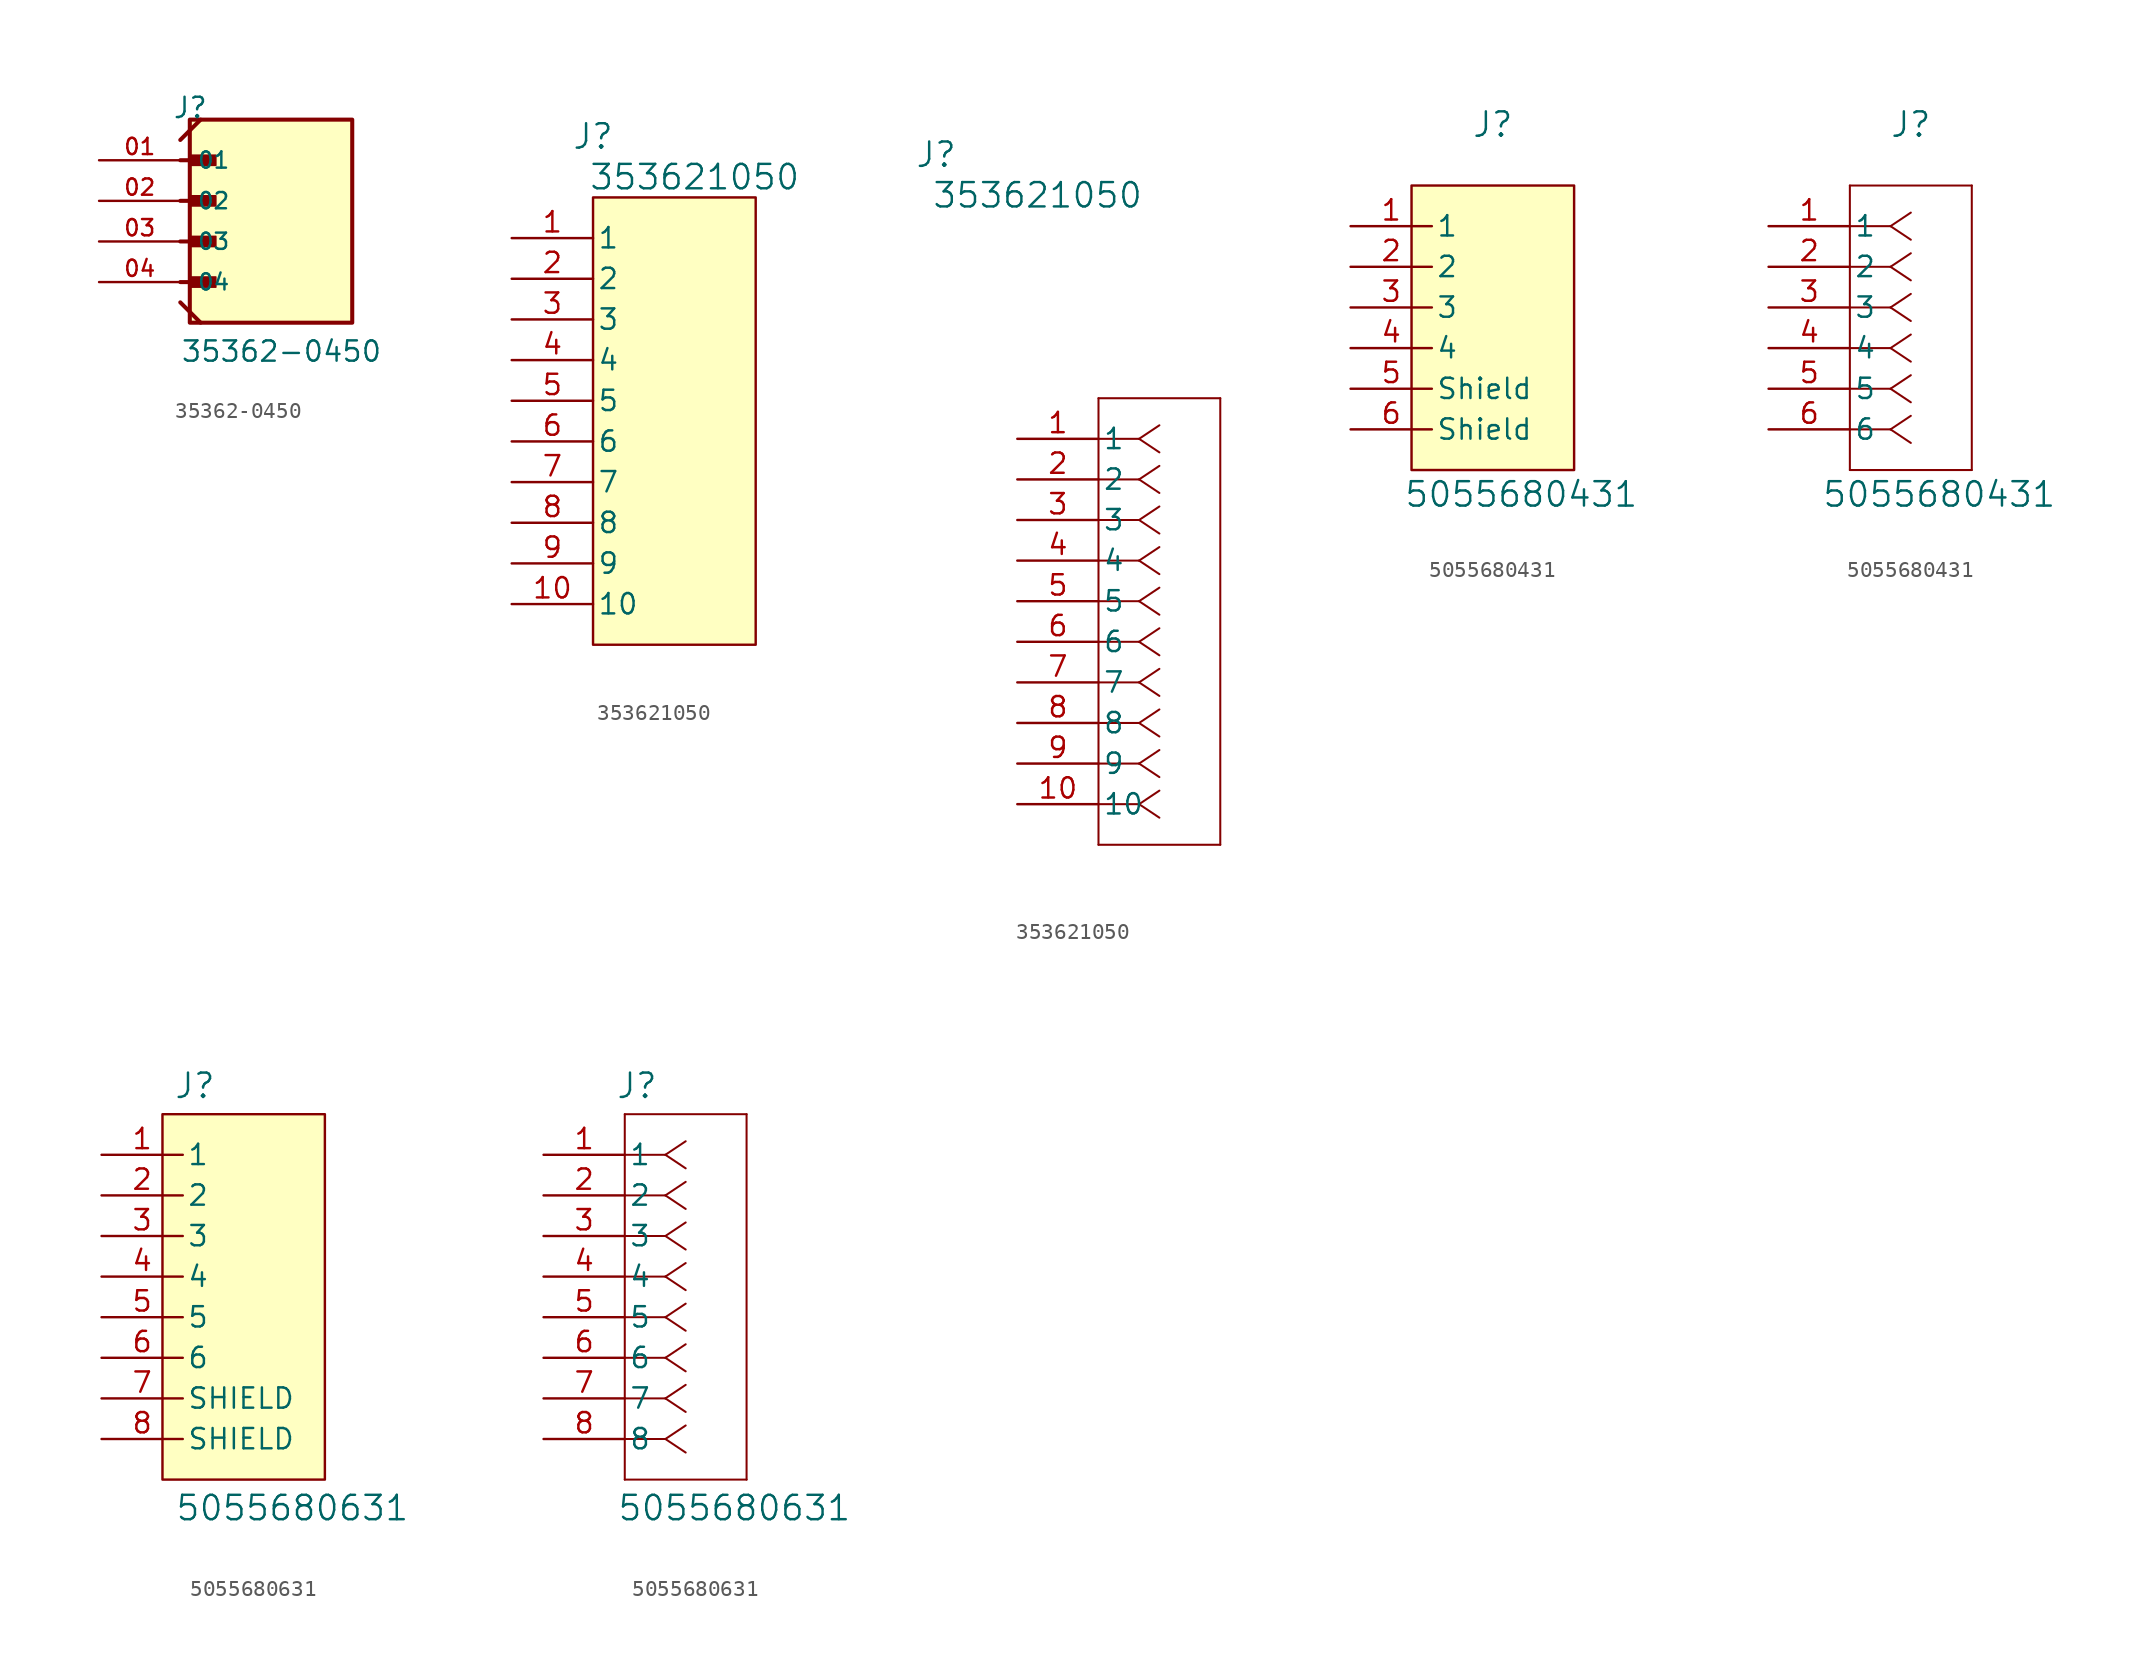
<source format=kicad_sym>
(kicad_symbol_lib
  (version 20231120)
  (generator "kicad_symbol_editor")
  (generator_version "8.0")
  (symbol "35362-0450"
    (pin_names
      (offset 1.016))
    (property "Reference" "J"
      (at -6.85 -2.54 0)
      (effects (font (size 1.27 1.27)) (justify left bottom)))
    (property "Value" "35362-0450"
      (at -6.35 -17.78 0)
      (effects (font (size 1.27 1.27)) (justify left bottom)))
    (symbol "35362-0450_0_0"
      (rectangle (start -5.755 -2.54) (end 4.405 -15.24) (stroke (width 0.254) (type default)) (fill (type background)))
      (rectangle (start -5.715 -13.018) (end -4.128 -12.383) (stroke (width 0.1) (type default)) (fill (type outline)))
      (rectangle (start -5.715 -10.477) (end -4.128 -9.842) (stroke (width 0.1) (type default)) (fill (type outline)))
      (rectangle (start -5.715 -7.303) (end -4.128 -7.938) (stroke (width 0.1) (type default)) (fill (type outline)))
      (rectangle (start -5.715 -5.397) (end -4.128 -4.763) (stroke (width 0.1) (type default)) (fill (type outline)))
      (polyline (pts (xy -6.35 -13.97) (xy -5.08 -15.24)) (stroke (width 0.254) (type default)) (fill (type none)))
      (polyline (pts (xy -6.35 -12.7) (xy -4.445 -12.7)) (stroke (width 0.254) (type default)) (fill (type none)))
      (polyline (pts (xy -6.35 -10.16) (xy -4.445 -10.16)) (stroke (width 0.254) (type default)) (fill (type none)))
      (polyline (pts (xy -6.35 -7.62) (xy -4.445 -7.62)) (stroke (width 0.254) (type default)) (fill (type none)))
      (polyline (pts (xy -6.35 -5.08) (xy -4.445 -5.08)) (stroke (width 0.254) (type default)) (fill (type none)))
      (polyline (pts (xy -6.35 -3.81) (xy -5.08 -2.54)) (stroke (width 0.254) (type default)) (fill (type none)))
      (pin passive line (at -11.43 -5.08 0) (length 5.08) (name "01" (effects (font (size 1.016 1.016)))) (number "01" (effects (font (size 1.016 1.016)))))
      (pin passive line (at -11.43 -7.62 0) (length 5.08) (name "02" (effects (font (size 1.016 1.016)))) (number "02" (effects (font (size 1.016 1.016)))))
      (pin passive line (at -11.43 -10.16 0) (length 5.08) (name "03" (effects (font (size 1.016 1.016)))) (number "03" (effects (font (size 1.016 1.016)))))
      (pin passive line (at -11.43 -12.7 0) (length 5.08) (name "04" (effects (font (size 1.016 1.016)))) (number "04" (effects (font (size 1.016 1.016)))))))
  (symbol "353621050"
    (pin_names
      (offset 0.254))
    (property "Reference" "J"
      (at -5.08 17.78 0)
      (effects (font (size 1.524 1.524))))
    (property "Value" "353621050"
      (at 1.27 15.24 0)
      (effects (font (size 1.524 1.524))))
    (property "ki_locked" ""
      (at 0 0 0)
      (effects (font (size 1.27 1.27))))
    (symbol "353621050_1_1"
      (rectangle (start -5.08 13.97) (end 5.08 -13.97) (stroke (width 0) (type default)) (fill (type background)))
      (pin unspecified line (at -10.16 11.43 0) (length 5.08) (name "1" (effects (font (size 1.27 1.27)))) (number "1" (effects (font (size 1.27 1.27)))))
      (pin unspecified line (at -10.16 -11.43 0) (length 5.08) (name "10" (effects (font (size 1.27 1.27)))) (number "10" (effects (font (size 1.27 1.27)))))
      (pin unspecified line (at -10.16 8.89 0) (length 5.08) (name "2" (effects (font (size 1.27 1.27)))) (number "2" (effects (font (size 1.27 1.27)))))
      (pin unspecified line (at -10.16 6.35 0) (length 5.08) (name "3" (effects (font (size 1.27 1.27)))) (number "3" (effects (font (size 1.27 1.27)))))
      (pin unspecified line (at -10.16 3.81 0) (length 5.08) (name "4" (effects (font (size 1.27 1.27)))) (number "4" (effects (font (size 1.27 1.27)))))
      (pin unspecified line (at -10.16 1.27 0) (length 5.08) (name "5" (effects (font (size 1.27 1.27)))) (number "5" (effects (font (size 1.27 1.27)))))
      (pin unspecified line (at -10.16 -1.27 0) (length 5.08) (name "6" (effects (font (size 1.27 1.27)))) (number "6" (effects (font (size 1.27 1.27)))))
      (pin unspecified line (at -10.16 -3.81 0) (length 5.08) (name "7" (effects (font (size 1.27 1.27)))) (number "7" (effects (font (size 1.27 1.27)))))
      (pin unspecified line (at -10.16 -6.35 0) (length 5.08) (name "8" (effects (font (size 1.27 1.27)))) (number "8" (effects (font (size 1.27 1.27)))))
      (pin unspecified line (at -10.16 -8.89 0) (length 5.08) (name "9" (effects (font (size 1.27 1.27)))) (number "9" (effects (font (size 1.27 1.27))))))
    (symbol "353621050_1_2"
      (polyline (pts (xy 5.08 -25.4) (xy 12.7 -25.4)) (stroke (width 0.127) (type default)) (fill (type none)))
      (polyline (pts (xy 5.08 2.54) (xy 5.08 -25.4)) (stroke (width 0.127) (type default)) (fill (type none)))
      (polyline (pts (xy 7.62 -22.86) (xy 5.08 -22.86)) (stroke (width 0.127) (type default)) (fill (type none)))
      (polyline (pts (xy 7.62 -22.86) (xy 8.89 -23.707)) (stroke (width 0.127) (type default)) (fill (type none)))
      (polyline (pts (xy 7.62 -22.86) (xy 8.89 -22.013)) (stroke (width 0.127) (type default)) (fill (type none)))
      (polyline (pts (xy 7.62 -20.32) (xy 5.08 -20.32)) (stroke (width 0.127) (type default)) (fill (type none)))
      (polyline (pts (xy 7.62 -20.32) (xy 8.89 -21.167)) (stroke (width 0.127) (type default)) (fill (type none)))
      (polyline (pts (xy 7.62 -20.32) (xy 8.89 -19.473)) (stroke (width 0.127) (type default)) (fill (type none)))
      (polyline (pts (xy 7.62 -17.78) (xy 5.08 -17.78)) (stroke (width 0.127) (type default)) (fill (type none)))
      (polyline (pts (xy 7.62 -17.78) (xy 8.89 -18.627)) (stroke (width 0.127) (type default)) (fill (type none)))
      (polyline (pts (xy 7.62 -17.78) (xy 8.89 -16.933)) (stroke (width 0.127) (type default)) (fill (type none)))
      (polyline (pts (xy 7.62 -15.24) (xy 5.08 -15.24)) (stroke (width 0.127) (type default)) (fill (type none)))
      (polyline (pts (xy 7.62 -15.24) (xy 8.89 -16.087)) (stroke (width 0.127) (type default)) (fill (type none)))
      (polyline (pts (xy 7.62 -15.24) (xy 8.89 -14.393)) (stroke (width 0.127) (type default)) (fill (type none)))
      (polyline (pts (xy 7.62 -12.7) (xy 5.08 -12.7)) (stroke (width 0.127) (type default)) (fill (type none)))
      (polyline (pts (xy 7.62 -12.7) (xy 8.89 -13.547)) (stroke (width 0.127) (type default)) (fill (type none)))
      (polyline (pts (xy 7.62 -12.7) (xy 8.89 -11.853)) (stroke (width 0.127) (type default)) (fill (type none)))
      (polyline (pts (xy 7.62 -10.16) (xy 5.08 -10.16)) (stroke (width 0.127) (type default)) (fill (type none)))
      (polyline (pts (xy 7.62 -10.16) (xy 8.89 -11.007)) (stroke (width 0.127) (type default)) (fill (type none)))
      (polyline (pts (xy 7.62 -10.16) (xy 8.89 -9.313)) (stroke (width 0.127) (type default)) (fill (type none)))
      (polyline (pts (xy 7.62 -7.62) (xy 5.08 -7.62)) (stroke (width 0.127) (type default)) (fill (type none)))
      (polyline (pts (xy 7.62 -7.62) (xy 8.89 -8.467)) (stroke (width 0.127) (type default)) (fill (type none)))
      (polyline (pts (xy 7.62 -7.62) (xy 8.89 -6.773)) (stroke (width 0.127) (type default)) (fill (type none)))
      (polyline (pts (xy 7.62 -5.08) (xy 5.08 -5.08)) (stroke (width 0.127) (type default)) (fill (type none)))
      (polyline (pts (xy 7.62 -5.08) (xy 8.89 -5.927)) (stroke (width 0.127) (type default)) (fill (type none)))
      (polyline (pts (xy 7.62 -5.08) (xy 8.89 -4.233)) (stroke (width 0.127) (type default)) (fill (type none)))
      (polyline (pts (xy 7.62 -2.54) (xy 5.08 -2.54)) (stroke (width 0.127) (type default)) (fill (type none)))
      (polyline (pts (xy 7.62 -2.54) (xy 8.89 -3.387)) (stroke (width 0.127) (type default)) (fill (type none)))
      (polyline (pts (xy 7.62 -2.54) (xy 8.89 -1.693)) (stroke (width 0.127) (type default)) (fill (type none)))
      (polyline (pts (xy 7.62 0) (xy 5.08 0)) (stroke (width 0.127) (type default)) (fill (type none)))
      (polyline (pts (xy 7.62 0) (xy 8.89 -0.847)) (stroke (width 0.127) (type default)) (fill (type none)))
      (polyline (pts (xy 7.62 0) (xy 8.89 0.847)) (stroke (width 0.127) (type default)) (fill (type none)))
      (polyline (pts (xy 12.7 -25.4) (xy 12.7 2.54)) (stroke (width 0.127) (type default)) (fill (type none)))
      (polyline (pts (xy 12.7 2.54) (xy 5.08 2.54)) (stroke (width 0.127) (type default)) (fill (type none)))
      (pin unspecified line (at 0 0 0) (length 5.08) (name "1" (effects (font (size 1.27 1.27)))) (number "1" (effects (font (size 1.27 1.27)))))
      (pin unspecified line (at 0 -22.86 0) (length 5.08) (name "10" (effects (font (size 1.27 1.27)))) (number "10" (effects (font (size 1.27 1.27)))))
      (pin unspecified line (at 0 -2.54 0) (length 5.08) (name "2" (effects (font (size 1.27 1.27)))) (number "2" (effects (font (size 1.27 1.27)))))
      (pin unspecified line (at 0 -5.08 0) (length 5.08) (name "3" (effects (font (size 1.27 1.27)))) (number "3" (effects (font (size 1.27 1.27)))))
      (pin unspecified line (at 0 -7.62 0) (length 5.08) (name "4" (effects (font (size 1.27 1.27)))) (number "4" (effects (font (size 1.27 1.27)))))
      (pin unspecified line (at 0 -10.16 0) (length 5.08) (name "5" (effects (font (size 1.27 1.27)))) (number "5" (effects (font (size 1.27 1.27)))))
      (pin unspecified line (at 0 -12.7 0) (length 5.08) (name "6" (effects (font (size 1.27 1.27)))) (number "6" (effects (font (size 1.27 1.27)))))
      (pin unspecified line (at 0 -15.24 0) (length 5.08) (name "7" (effects (font (size 1.27 1.27)))) (number "7" (effects (font (size 1.27 1.27)))))
      (pin unspecified line (at 0 -17.78 0) (length 5.08) (name "8" (effects (font (size 1.27 1.27)))) (number "8" (effects (font (size 1.27 1.27)))))
      (pin unspecified line (at 0 -20.32 0) (length 5.08) (name "9" (effects (font (size 1.27 1.27)))) (number "9" (effects (font (size 1.27 1.27)))))))
  (symbol "5055680431"
    (pin_names
      (offset 0.254))
    (property "Reference" "J"
      (at 8.89 6.35 0)
      (effects (font (size 1.524 1.524))))
    (property "Value" "5055680431"
      (at 10.668 -16.764 0)
      (effects (font (size 1.524 1.524))))
    (symbol "5055680431_1_1"
      (rectangle (start 3.81 2.54) (end 13.97 -15.24) (stroke (width 0) (type default)) (fill (type background)))
      (pin unspecified line (at 0 0 0) (length 5.08) (name "1" (effects (font (size 1.27 1.27)))) (number "1" (effects (font (size 1.27 1.27)))))
      (pin unspecified line (at 0 -2.54 0) (length 5.08) (name "2" (effects (font (size 1.27 1.27)))) (number "2" (effects (font (size 1.27 1.27)))))
      (pin unspecified line (at 0 -5.08 0) (length 5.08) (name "3" (effects (font (size 1.27 1.27)))) (number "3" (effects (font (size 1.27 1.27)))))
      (pin unspecified line (at 0 -7.62 0) (length 5.08) (name "4" (effects (font (size 1.27 1.27)))) (number "4" (effects (font (size 1.27 1.27)))))
      (pin unspecified line (at 0 -10.16 0) (length 5.08) (name "Shield" (effects (font (size 1.27 1.27)))) (number "5" (effects (font (size 1.27 1.27)))))
      (pin unspecified line (at 0 -12.7 0) (length 5.08) (name "Shield" (effects (font (size 1.27 1.27)))) (number "6" (effects (font (size 1.27 1.27))))))
    (symbol "5055680431_1_2"
      (polyline (pts (xy 5.08 -15.24) (xy 12.7 -15.24)) (stroke (width 0.127) (type default)) (fill (type none)))
      (polyline (pts (xy 5.08 2.54) (xy 5.08 -15.24)) (stroke (width 0.127) (type default)) (fill (type none)))
      (polyline (pts (xy 7.62 -12.7) (xy 5.08 -12.7)) (stroke (width 0.127) (type default)) (fill (type none)))
      (polyline (pts (xy 7.62 -12.7) (xy 8.89 -13.547)) (stroke (width 0.127) (type default)) (fill (type none)))
      (polyline (pts (xy 7.62 -12.7) (xy 8.89 -11.853)) (stroke (width 0.127) (type default)) (fill (type none)))
      (polyline (pts (xy 7.62 -10.16) (xy 5.08 -10.16)) (stroke (width 0.127) (type default)) (fill (type none)))
      (polyline (pts (xy 7.62 -10.16) (xy 8.89 -11.007)) (stroke (width 0.127) (type default)) (fill (type none)))
      (polyline (pts (xy 7.62 -10.16) (xy 8.89 -9.313)) (stroke (width 0.127) (type default)) (fill (type none)))
      (polyline (pts (xy 7.62 -7.62) (xy 5.08 -7.62)) (stroke (width 0.127) (type default)) (fill (type none)))
      (polyline (pts (xy 7.62 -7.62) (xy 8.89 -8.467)) (stroke (width 0.127) (type default)) (fill (type none)))
      (polyline (pts (xy 7.62 -7.62) (xy 8.89 -6.773)) (stroke (width 0.127) (type default)) (fill (type none)))
      (polyline (pts (xy 7.62 -5.08) (xy 5.08 -5.08)) (stroke (width 0.127) (type default)) (fill (type none)))
      (polyline (pts (xy 7.62 -5.08) (xy 8.89 -5.927)) (stroke (width 0.127) (type default)) (fill (type none)))
      (polyline (pts (xy 7.62 -5.08) (xy 8.89 -4.233)) (stroke (width 0.127) (type default)) (fill (type none)))
      (polyline (pts (xy 7.62 -2.54) (xy 5.08 -2.54)) (stroke (width 0.127) (type default)) (fill (type none)))
      (polyline (pts (xy 7.62 -2.54) (xy 8.89 -3.387)) (stroke (width 0.127) (type default)) (fill (type none)))
      (polyline (pts (xy 7.62 -2.54) (xy 8.89 -1.693)) (stroke (width 0.127) (type default)) (fill (type none)))
      (polyline (pts (xy 7.62 0) (xy 5.08 0)) (stroke (width 0.127) (type default)) (fill (type none)))
      (polyline (pts (xy 7.62 0) (xy 8.89 -0.847)) (stroke (width 0.127) (type default)) (fill (type none)))
      (polyline (pts (xy 7.62 0) (xy 8.89 0.847)) (stroke (width 0.127) (type default)) (fill (type none)))
      (polyline (pts (xy 12.7 -15.24) (xy 12.7 2.54)) (stroke (width 0.127) (type default)) (fill (type none)))
      (polyline (pts (xy 12.7 2.54) (xy 5.08 2.54)) (stroke (width 0.127) (type default)) (fill (type none)))
      (pin unspecified line (at 0 0 0) (length 5.08) (name "1" (effects (font (size 1.27 1.27)))) (number "1" (effects (font (size 1.27 1.27)))))
      (pin unspecified line (at 0 -2.54 0) (length 5.08) (name "2" (effects (font (size 1.27 1.27)))) (number "2" (effects (font (size 1.27 1.27)))))
      (pin unspecified line (at 0 -5.08 0) (length 5.08) (name "3" (effects (font (size 1.27 1.27)))) (number "3" (effects (font (size 1.27 1.27)))))
      (pin unspecified line (at 0 -7.62 0) (length 5.08) (name "4" (effects (font (size 1.27 1.27)))) (number "4" (effects (font (size 1.27 1.27)))))
      (pin unspecified line (at 0 -10.16 0) (length 5.08) (name "5" (effects (font (size 1.27 1.27)))) (number "5" (effects (font (size 1.27 1.27)))))
      (pin unspecified line (at 0 -12.7 0) (length 5.08) (name "6" (effects (font (size 1.27 1.27)))) (number "6" (effects (font (size 1.27 1.27)))))))
  (symbol "5055680631"
    (pin_names
      (offset 0.254))
    (property "Reference" "J"
      (at 5.842 4.318 0)
      (effects (font (size 1.524 1.524))))
    (property "Value" "5055680631"
      (at 11.938 -22.098 0)
      (effects (font (size 1.524 1.524))))
    (symbol "5055680631_1_1"
      (rectangle (start 3.81 2.54) (end 13.97 -20.32) (stroke (width 0) (type default)) (fill (type background)))
      (pin unspecified line (at 0 0 0) (length 5.08) (name "1" (effects (font (size 1.27 1.27)))) (number "1" (effects (font (size 1.27 1.27)))))
      (pin unspecified line (at 0 -2.54 0) (length 5.08) (name "2" (effects (font (size 1.27 1.27)))) (number "2" (effects (font (size 1.27 1.27)))))
      (pin unspecified line (at 0 -5.08 0) (length 5.08) (name "3" (effects (font (size 1.27 1.27)))) (number "3" (effects (font (size 1.27 1.27)))))
      (pin unspecified line (at 0 -7.62 0) (length 5.08) (name "4" (effects (font (size 1.27 1.27)))) (number "4" (effects (font (size 1.27 1.27)))))
      (pin unspecified line (at 0 -10.16 0) (length 5.08) (name "5" (effects (font (size 1.27 1.27)))) (number "5" (effects (font (size 1.27 1.27)))))
      (pin unspecified line (at 0 -12.7 0) (length 5.08) (name "6" (effects (font (size 1.27 1.27)))) (number "6" (effects (font (size 1.27 1.27)))))
      (pin unspecified line (at 0 -15.24 0) (length 5.08) (name "SHIELD" (effects (font (size 1.27 1.27)))) (number "7" (effects (font (size 1.27 1.27)))))
      (pin unspecified line (at 0 -17.78 0) (length 5.08) (name "SHIELD" (effects (font (size 1.27 1.27)))) (number "8" (effects (font (size 1.27 1.27))))))
    (symbol "5055680631_1_2"
      (polyline (pts (xy 5.08 -20.32) (xy 12.7 -20.32)) (stroke (width 0.127) (type default)) (fill (type none)))
      (polyline (pts (xy 5.08 2.54) (xy 5.08 -20.32)) (stroke (width 0.127) (type default)) (fill (type none)))
      (polyline (pts (xy 7.62 -17.78) (xy 5.08 -17.78)) (stroke (width 0.127) (type default)) (fill (type none)))
      (polyline (pts (xy 7.62 -17.78) (xy 8.89 -18.627)) (stroke (width 0.127) (type default)) (fill (type none)))
      (polyline (pts (xy 7.62 -17.78) (xy 8.89 -16.933)) (stroke (width 0.127) (type default)) (fill (type none)))
      (polyline (pts (xy 7.62 -15.24) (xy 5.08 -15.24)) (stroke (width 0.127) (type default)) (fill (type none)))
      (polyline (pts (xy 7.62 -15.24) (xy 8.89 -16.087)) (stroke (width 0.127) (type default)) (fill (type none)))
      (polyline (pts (xy 7.62 -15.24) (xy 8.89 -14.393)) (stroke (width 0.127) (type default)) (fill (type none)))
      (polyline (pts (xy 7.62 -12.7) (xy 5.08 -12.7)) (stroke (width 0.127) (type default)) (fill (type none)))
      (polyline (pts (xy 7.62 -12.7) (xy 8.89 -13.547)) (stroke (width 0.127) (type default)) (fill (type none)))
      (polyline (pts (xy 7.62 -12.7) (xy 8.89 -11.853)) (stroke (width 0.127) (type default)) (fill (type none)))
      (polyline (pts (xy 7.62 -10.16) (xy 5.08 -10.16)) (stroke (width 0.127) (type default)) (fill (type none)))
      (polyline (pts (xy 7.62 -10.16) (xy 8.89 -11.007)) (stroke (width 0.127) (type default)) (fill (type none)))
      (polyline (pts (xy 7.62 -10.16) (xy 8.89 -9.313)) (stroke (width 0.127) (type default)) (fill (type none)))
      (polyline (pts (xy 7.62 -7.62) (xy 5.08 -7.62)) (stroke (width 0.127) (type default)) (fill (type none)))
      (polyline (pts (xy 7.62 -7.62) (xy 8.89 -8.467)) (stroke (width 0.127) (type default)) (fill (type none)))
      (polyline (pts (xy 7.62 -7.62) (xy 8.89 -6.773)) (stroke (width 0.127) (type default)) (fill (type none)))
      (polyline (pts (xy 7.62 -5.08) (xy 5.08 -5.08)) (stroke (width 0.127) (type default)) (fill (type none)))
      (polyline (pts (xy 7.62 -5.08) (xy 8.89 -5.927)) (stroke (width 0.127) (type default)) (fill (type none)))
      (polyline (pts (xy 7.62 -5.08) (xy 8.89 -4.233)) (stroke (width 0.127) (type default)) (fill (type none)))
      (polyline (pts (xy 7.62 -2.54) (xy 5.08 -2.54)) (stroke (width 0.127) (type default)) (fill (type none)))
      (polyline (pts (xy 7.62 -2.54) (xy 8.89 -3.387)) (stroke (width 0.127) (type default)) (fill (type none)))
      (polyline (pts (xy 7.62 -2.54) (xy 8.89 -1.693)) (stroke (width 0.127) (type default)) (fill (type none)))
      (polyline (pts (xy 7.62 0) (xy 5.08 0)) (stroke (width 0.127) (type default)) (fill (type none)))
      (polyline (pts (xy 7.62 0) (xy 8.89 -0.847)) (stroke (width 0.127) (type default)) (fill (type none)))
      (polyline (pts (xy 7.62 0) (xy 8.89 0.847)) (stroke (width 0.127) (type default)) (fill (type none)))
      (polyline (pts (xy 12.7 -20.32) (xy 12.7 2.54)) (stroke (width 0.127) (type default)) (fill (type none)))
      (polyline (pts (xy 12.7 2.54) (xy 5.08 2.54)) (stroke (width 0.127) (type default)) (fill (type none)))
      (pin unspecified line (at 0 0 0) (length 5.08) (name "1" (effects (font (size 1.27 1.27)))) (number "1" (effects (font (size 1.27 1.27)))))
      (pin unspecified line (at 0 -2.54 0) (length 5.08) (name "2" (effects (font (size 1.27 1.27)))) (number "2" (effects (font (size 1.27 1.27)))))
      (pin unspecified line (at 0 -5.08 0) (length 5.08) (name "3" (effects (font (size 1.27 1.27)))) (number "3" (effects (font (size 1.27 1.27)))))
      (pin unspecified line (at 0 -7.62 0) (length 5.08) (name "4" (effects (font (size 1.27 1.27)))) (number "4" (effects (font (size 1.27 1.27)))))
      (pin unspecified line (at 0 -10.16 0) (length 5.08) (name "5" (effects (font (size 1.27 1.27)))) (number "5" (effects (font (size 1.27 1.27)))))
      (pin unspecified line (at 0 -12.7 0) (length 5.08) (name "6" (effects (font (size 1.27 1.27)))) (number "6" (effects (font (size 1.27 1.27)))))
      (pin unspecified line (at 0 -15.24 0) (length 5.08) (name "7" (effects (font (size 1.27 1.27)))) (number "7" (effects (font (size 1.27 1.27)))))
      (pin unspecified line (at 0 -17.78 0) (length 5.08) (name "8" (effects (font (size 1.27 1.27)))) (number "8" (effects (font (size 1.27 1.27))))))))
</source>
